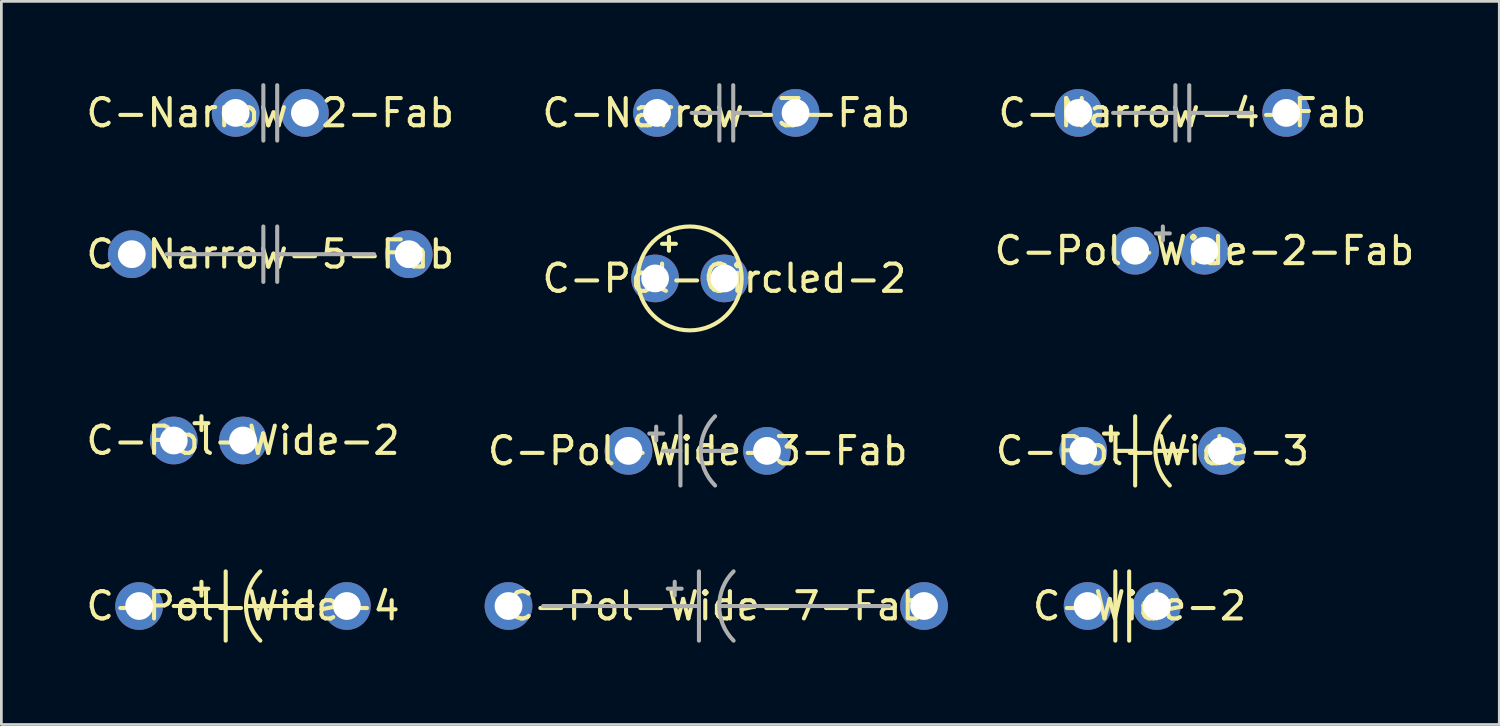
<source format=kicad_pcb>
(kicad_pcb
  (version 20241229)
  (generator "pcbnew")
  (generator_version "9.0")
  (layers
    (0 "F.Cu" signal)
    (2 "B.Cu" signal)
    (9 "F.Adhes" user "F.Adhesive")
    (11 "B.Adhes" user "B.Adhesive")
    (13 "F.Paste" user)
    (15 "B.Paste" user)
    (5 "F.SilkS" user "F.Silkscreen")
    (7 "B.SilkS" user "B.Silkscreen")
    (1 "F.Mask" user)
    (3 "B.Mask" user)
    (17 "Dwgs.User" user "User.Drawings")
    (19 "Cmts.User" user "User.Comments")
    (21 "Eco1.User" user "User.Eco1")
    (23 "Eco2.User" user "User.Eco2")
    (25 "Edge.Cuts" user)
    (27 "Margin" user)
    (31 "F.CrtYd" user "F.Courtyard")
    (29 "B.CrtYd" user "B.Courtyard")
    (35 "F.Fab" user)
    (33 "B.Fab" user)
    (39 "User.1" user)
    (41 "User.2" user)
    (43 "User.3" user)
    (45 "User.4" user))
  (footprint "C-Pol-Wide-3"
    (layer "F.Cu")
    (at 36.68 13.487)
    (property "Reference" "C-Pol-Wide-3" (at 2.54 0 0) (layer "F.SilkS") (effects (font (size 1 1) (thickness 0.15))))
    (attr through_hole)
    (fp_line (start 1.016 -0.635) (end 0.762 -0.635) (stroke (width 0.15) (type solid)) (layer "F.SilkS"))
    (fp_line (start 1.016 -0.635) (end 1.016 -0.889) (stroke (width 0.15) (type solid)) (layer "F.SilkS"))
    (fp_line (start 1.016 -0.635) (end 1.016 -0.381) (stroke (width 0.15) (type solid)) (layer "F.SilkS"))
    (fp_line (start 1.016 -0.635) (end 1.27 -0.635) (stroke (width 0.15) (type solid)) (layer "F.SilkS"))
    (fp_line (start 1.905 -1.27) (end 1.905 1.27) (stroke (width 0.15) (type solid)) (layer "F.SilkS"))
    (fp_line (start 1.905 0) (end 1.27 0) (stroke (width 0.15) (type solid)) (layer "F.SilkS"))
    (fp_line (start 3.81 0) (end 2.667 0) (stroke (width 0.15) (type solid)) (layer "F.SilkS"))
    (fp_arc (start 3.175 1.27) (mid 2.648949 0) (end 3.175 -1.27) (stroke (width 0.15) (type solid)) (layer "F.SilkS"))
    (pad "1" thru_hole circle (at 0 0) (size 1.75 1.75) (drill 1.02) (layers "B.Cu" "B.Mask"))
    (pad "1" thru_hole circle (at 5.08 0) (size 1.75 1.75) (drill 1.02) (layers "B.Cu" "B.Mask")))
  (footprint "C-Wide-2"
    (layer "F.Cu")
    (at 36.841 19.177)
    (property "Reference" "C-Wide-2" (at 1.905 0 0) (layer "F.SilkS") (effects (font (size 1 1) (thickness 0.15))))
    (attr through_hole)
    (fp_line (start 1.016 -1.27) (end 1.016 1.27) (stroke (width 0.15) (type solid)) (layer "F.SilkS"))
    (fp_line (start 1.524 -1.27) (end 1.524 1.27) (stroke (width 0.15) (type solid)) (layer "F.SilkS"))
    (pad "1" thru_hole circle (at 0 0) (size 1.75 1.75) (drill 1.02) (layers "B.Cu" "B.Mask"))
    (pad "1" thru_hole circle (at 2.54 0) (size 1.75 1.75) (drill 1.02) (layers "B.Cu" "B.Mask")))
  (footprint "C-Narrow-4-Fab"
    (layer "F.Cu")
    (at 36.505 1.091)
    (property "Reference" "C-Narrow-4-Fab" (at 3.81 0 0) (layer "F.SilkS") (effects (font (size 1 1) (thickness 0.15))))
    (attr through_hole)
    (fp_line (start 3.556 -1.016) (end 3.556 1.016) (stroke (width 0.15) (type solid)) (layer "F.Fab"))
    (fp_line (start 3.556 0) (end 1.27 0) (stroke (width 0.15) (type solid)) (layer "F.Fab"))
    (fp_line (start 4.064 -1.016) (end 4.064 1.016) (stroke (width 0.15) (type solid)) (layer "F.Fab"))
    (fp_line (start 6.35 0) (end 4.064 0) (stroke (width 0.15) (type solid)) (layer "F.Fab"))
    (pad "1" thru_hole circle (at 0 0) (size 1.75 1.75) (drill 1.02) (layers "B.Cu" "B.Mask"))
    (pad "1" thru_hole circle (at 7.62 0) (size 1.75 1.75) (drill 1.02) (layers "B.Cu" "B.Mask")))
  (footprint "C-Pol-Wide-4"
    (layer "F.Cu")
    (at 2.053 19.177)
    (property "Reference" "C-Pol-Wide-4" (at 3.81 0 0) (layer "F.SilkS") (effects (font (size 1 1) (thickness 0.15))))
    (attr through_hole)
    (fp_line (start 2.286 -0.635) (end 2.032 -0.635) (stroke (width 0.15) (type solid)) (layer "F.SilkS"))
    (fp_line (start 2.286 -0.635) (end 2.286 -0.889) (stroke (width 0.15) (type solid)) (layer "F.SilkS"))
    (fp_line (start 2.286 -0.635) (end 2.286 -0.381) (stroke (width 0.15) (type solid)) (layer "F.SilkS"))
    (fp_line (start 2.286 -0.635) (end 2.54 -0.635) (stroke (width 0.15) (type solid)) (layer "F.SilkS"))
    (fp_line (start 2.54 0) (end 1.27 0) (stroke (width 0.15) (type solid)) (layer "F.SilkS"))
    (fp_line (start 3.175 -1.27) (end 3.175 1.27) (stroke (width 0.15) (type solid)) (layer "F.SilkS"))
    (fp_line (start 3.175 0) (end 2.54 0) (stroke (width 0.15) (type solid)) (layer "F.SilkS"))
    (fp_line (start 5.08 0) (end 3.937 0) (stroke (width 0.15) (type solid)) (layer "F.SilkS"))
    (fp_line (start 5.08 0) (end 6.35 0) (stroke (width 0.15) (type solid)) (layer "F.SilkS"))
    (fp_arc (start 4.445 1.27) (mid 3.918949 0) (end 4.445 -1.27) (stroke (width 0.15) (type solid)) (layer "F.SilkS"))
    (pad "1" thru_hole circle (at 0 0) (size 1.75 1.75) (drill 1.02) (layers "B.Cu" "B.Mask"))
    (pad "1" thru_hole circle (at 7.62 0) (size 1.75 1.75) (drill 1.02) (layers "B.Cu" "B.Mask")))
  (footprint "C-Narrow-3-Fab"
    (layer "F.Cu")
    (at 21.049 1.091)
    (property "Reference" "C-Narrow-3-Fab" (at 2.54 0 0) (layer "F.SilkS") (effects (font (size 1 1) (thickness 0.15))))
    (attr through_hole)
    (fp_line (start 1.27 0) (end 2.286 0) (stroke (width 0.15) (type solid)) (layer "F.Fab"))
    (fp_line (start 2.286 -1.016) (end 2.286 1.016) (stroke (width 0.15) (type solid)) (layer "F.Fab"))
    (fp_line (start 2.794 -1.016) (end 2.794 1.016) (stroke (width 0.15) (type solid)) (layer "F.Fab"))
    (fp_line (start 3.81 0) (end 2.794 0) (stroke (width 0.15) (type solid)) (layer "F.Fab"))
    (pad "1" thru_hole circle (at 0 0) (size 1.75 1.75) (drill 1.02) (layers "B.Cu" "B.Mask"))
    (pad "1" thru_hole circle (at 5.08 0) (size 1.75 1.75) (drill 1.02) (layers "B.Cu" "B.Mask")))
  (footprint "C-Narrow-2-Fab"
    (layer "F.Cu")
    (at 5.593 1.091)
    (property "Reference" "C-Narrow-2-Fab" (at 1.27 0 0) (layer "F.SilkS") (effects (font (size 1 1) (thickness 0.15))))
    (attr through_hole)
    (fp_line (start 1.016 -1.016) (end 1.016 1.016) (stroke (width 0.15) (type solid)) (layer "F.Fab"))
    (fp_line (start 1.524 -1.016) (end 1.524 1.016) (stroke (width 0.15) (type solid)) (layer "F.Fab"))
    (pad "1" thru_hole circle (at 0 0) (size 1.75 1.75) (drill 1.02) (layers "B.Cu" "B.Mask"))
    (pad "1" thru_hole circle (at 2.54 0) (size 1.75 1.75) (drill 1.02) (layers "B.Cu" "B.Mask")))
  (footprint "C-Pol-Wide-3-Fab"
    (layer "F.Cu")
    (at 20.002 13.487)
    (property "Reference" "C-Pol-Wide-3-Fab" (at 2.54 0 0) (layer "F.SilkS") (effects (font (size 1 1) (thickness 0.15))))
    (attr through_hole)
    (fp_line (start 1.016 -0.635) (end 0.762 -0.635) (stroke (width 0.15) (type solid)) (layer "F.Fab"))
    (fp_line (start 1.016 -0.635) (end 1.016 -0.889) (stroke (width 0.15) (type solid)) (layer "F.Fab"))
    (fp_line (start 1.016 -0.635) (end 1.016 -0.381) (stroke (width 0.15) (type solid)) (layer "F.Fab"))
    (fp_line (start 1.016 -0.635) (end 1.27 -0.635) (stroke (width 0.15) (type solid)) (layer "F.Fab"))
    (fp_line (start 1.905 -1.27) (end 1.905 1.27) (stroke (width 0.15) (type solid)) (layer "F.Fab"))
    (fp_line (start 1.905 0) (end 1.27 0) (stroke (width 0.15) (type solid)) (layer "F.Fab"))
    (fp_line (start 3.81 0) (end 2.667 0) (stroke (width 0.15) (type solid)) (layer "F.Fab"))
    (fp_arc (start 3.175 1.27) (mid 2.648949 0) (end 3.175 -1.27) (stroke (width 0.15) (type solid)) (layer "F.Fab"))
    (pad "1" thru_hole circle (at 0 0) (size 1.75 1.75) (drill 1.02) (layers "B.Cu" "B.Mask"))
    (pad "1" thru_hole circle (at 5.08 0) (size 1.75 1.75) (drill 1.02) (layers "B.Cu" "B.Mask")))
  (footprint "C-Pol-Wide-2"
    (layer "F.Cu")
    (at 3.323 13.106)
    (property "Reference" "C-Pol-Wide-2" (at 2.54 0 0) (layer "F.SilkS") (effects (font (size 1 1) (thickness 0.15))))
    (attr through_hole)
    (fp_line (start 1.016 -0.635) (end 0.762 -0.635) (stroke (width 0.15) (type solid)) (layer "F.SilkS"))
    (fp_line (start 1.016 -0.635) (end 1.016 -0.889) (stroke (width 0.15) (type solid)) (layer "F.SilkS"))
    (fp_line (start 1.016 -0.635) (end 1.016 -0.381) (stroke (width 0.15) (type solid)) (layer "F.SilkS"))
    (fp_line (start 1.016 -0.635) (end 1.27 -0.635) (stroke (width 0.15) (type solid)) (layer "F.SilkS"))
    (pad "1" thru_hole circle (at 0 0) (size 1.75 1.75) (drill 1.02) (layers "B.Cu" "B.Mask"))
    (pad "1" thru_hole circle (at 2.54 0) (size 1.75 1.75) (drill 1.02) (layers "B.Cu" "B.Mask")))
  (footprint "C-Pol-Circled-2"
    (layer "F.Cu")
    (at 20.978 7.162)
    (property "Reference" "C-Pol-Circled-2" (at 2.54 0 0) (layer "F.SilkS") (effects (font (size 1 1) (thickness 0.15))))
    (attr through_hole)
    (fp_line (start 0.508 -1.27) (end 0.254 -1.27) (stroke (width 0.15) (type solid)) (layer "F.SilkS"))
    (fp_line (start 0.508 -1.27) (end 0.508 -1.524) (stroke (width 0.15) (type solid)) (layer "F.SilkS"))
    (fp_line (start 0.508 -1.27) (end 0.508 -1.016) (stroke (width 0.15) (type solid)) (layer "F.SilkS"))
    (fp_line (start 0.508 -1.27) (end 0.762 -1.27) (stroke (width 0.15) (type solid)) (layer "F.SilkS"))
    (fp_circle (center 1.27 0) (end 2.794 1.143) (stroke (width 0.15) (type solid)) (fill no) (layer "F.SilkS"))
    (pad "1" thru_hole circle (at 0 0) (size 1.75 1.75) (drill 1.02) (layers "B.Cu" "B.Mask"))
    (pad "1" thru_hole circle (at 2.54 0) (size 1.75 1.75) (drill 1.02) (layers "B.Cu" "B.Mask")))
  (footprint "C-Pol-Wide-7-Fab"
    (layer "F.Cu")
    (at 15.601 19.177)
    (property "Reference" "C-Pol-Wide-7-Fab" (at 7.62 0 0) (layer "F.SilkS") (effects (font (size 1 1) (thickness 0.15))))
    (attr through_hole)
    (fp_line (start 5.08 0) (end 1.27 0) (stroke (width 0.15) (type solid)) (layer "F.Fab"))
    (fp_line (start 6.096 -0.635) (end 5.842 -0.635) (stroke (width 0.15) (type solid)) (layer "F.Fab"))
    (fp_line (start 6.096 -0.635) (end 6.096 -0.889) (stroke (width 0.15) (type solid)) (layer "F.Fab"))
    (fp_line (start 6.096 -0.635) (end 6.096 -0.381) (stroke (width 0.15) (type solid)) (layer "F.Fab"))
    (fp_line (start 6.096 -0.635) (end 6.35 -0.635) (stroke (width 0.15) (type solid)) (layer "F.Fab"))
    (fp_line (start 6.35 0) (end 5.08 0) (stroke (width 0.15) (type solid)) (layer "F.Fab"))
    (fp_line (start 6.985 -1.27) (end 6.985 1.27) (stroke (width 0.15) (type solid)) (layer "F.Fab"))
    (fp_line (start 6.985 0) (end 6.35 0) (stroke (width 0.15) (type solid)) (layer "F.Fab"))
    (fp_line (start 8.89 0) (end 7.747 0) (stroke (width 0.15) (type solid)) (layer "F.Fab"))
    (fp_line (start 8.89 0) (end 10.16 0) (stroke (width 0.15) (type solid)) (layer "F.Fab"))
    (fp_line (start 10.16 0) (end 13.97 0) (stroke (width 0.15) (type solid)) (layer "F.Fab"))
    (fp_arc (start 8.255 1.27) (mid 7.728949 0) (end 8.255 -1.27) (stroke (width 0.15) (type solid)) (layer "F.Fab"))
    (pad "1" thru_hole circle (at 0 0) (size 1.75 1.75) (drill 1.02) (layers "B.Cu" "B.Mask"))
    (pad "1" thru_hole circle (at 15.24 0) (size 1.75 1.75) (drill 1.02) (layers "B.Cu" "B.Mask")))
  (footprint "C-Narrow-5-Fab"
    (layer "F.Cu")
    (at 1.783 6.273)
    (property "Reference" "C-Narrow-5-Fab" (at 5.08 0 0) (layer "F.SilkS") (effects (font (size 1 1) (thickness 0.15))))
    (attr through_hole)
    (fp_line (start 1.27 0) (end 4.826 0) (stroke (width 0.15) (type solid)) (layer "F.Fab"))
    (fp_line (start 4.826 -1.016) (end 4.826 1.016) (stroke (width 0.15) (type solid)) (layer "F.Fab"))
    (fp_line (start 5.334 -1.016) (end 5.334 1.016) (stroke (width 0.15) (type solid)) (layer "F.Fab"))
    (fp_line (start 8.89 0) (end 5.334 0) (stroke (width 0.15) (type solid)) (layer "F.Fab"))
    (pad "1" thru_hole circle (at 0 0) (size 1.75 1.75) (drill 1.02) (layers "B.Cu" "B.Mask"))
    (pad "1" thru_hole circle (at 10.16 0) (size 1.75 1.75) (drill 1.02) (layers "B.Cu" "B.Mask")))
  (footprint "C-Pol-Wide-2-Fab"
    (layer "F.Cu")
    (at 38.585 6.146)
    (property "Reference" "C-Pol-Wide-2-Fab" (at 2.54 0 0) (layer "F.SilkS") (effects (font (size 1 1) (thickness 0.15))))
    (attr through_hole)
    (fp_line (start 1.016 -0.635) (end 0.762 -0.635) (stroke (width 0.15) (type solid)) (layer "F.Fab"))
    (fp_line (start 1.016 -0.635) (end 1.016 -0.889) (stroke (width 0.15) (type solid)) (layer "F.Fab"))
    (fp_line (start 1.016 -0.635) (end 1.016 -0.381) (stroke (width 0.15) (type solid)) (layer "F.Fab"))
    (fp_line (start 1.016 -0.635) (end 1.27 -0.635) (stroke (width 0.15) (type solid)) (layer "F.Fab"))
    (pad "1" thru_hole circle (at 0 0) (size 1.75 1.75) (drill 1.02) (layers "B.Cu" "B.Mask"))
    (pad "1" thru_hole circle (at 2.54 0) (size 1.75 1.75) (drill 1.02) (layers "B.Cu" "B.Mask")))
  (gr_rect
    (start -3 -3)
    (end 51.94 23.522)
    (stroke (width 0.1) (type default))
    (fill no)
    (layer "Edge.Cuts")))
</source>
